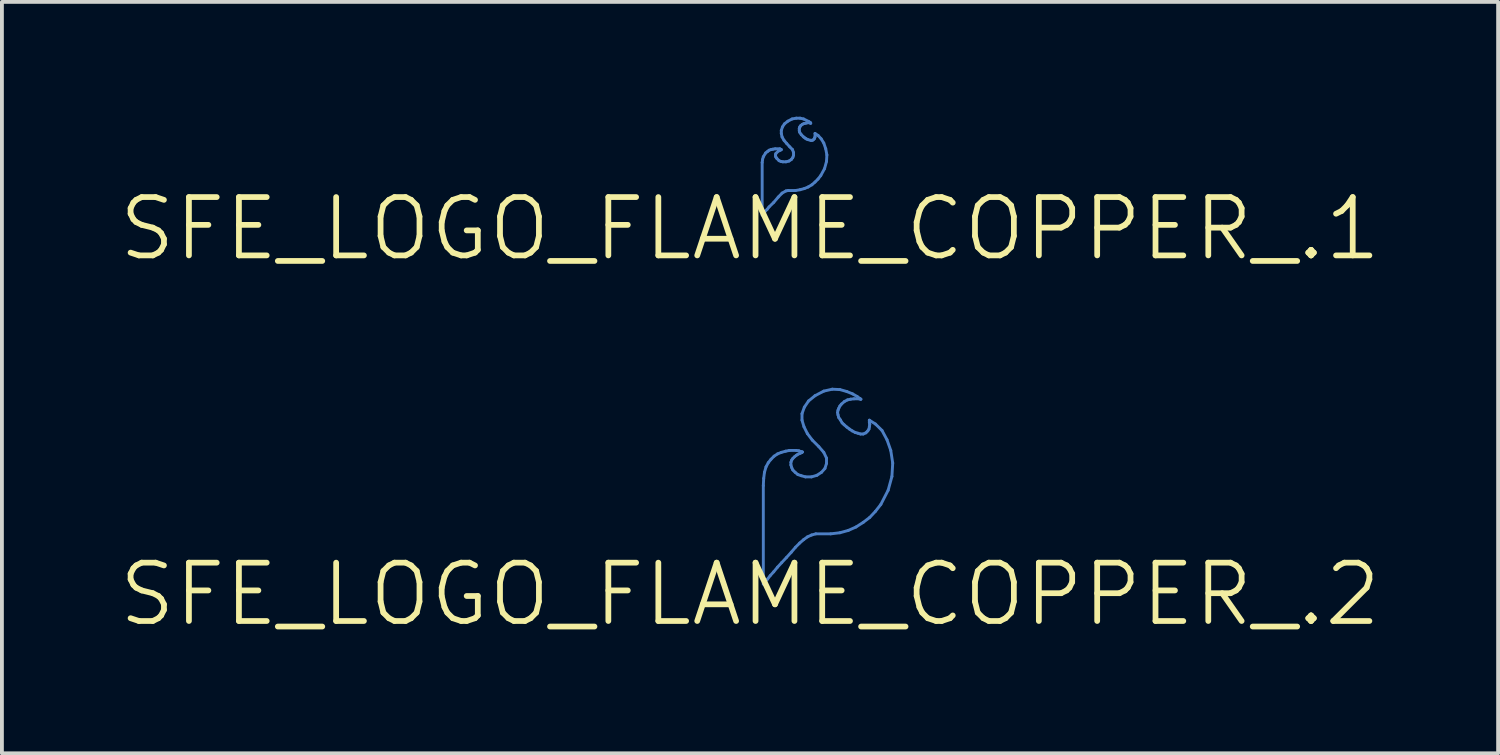
<source format=kicad_pcb>
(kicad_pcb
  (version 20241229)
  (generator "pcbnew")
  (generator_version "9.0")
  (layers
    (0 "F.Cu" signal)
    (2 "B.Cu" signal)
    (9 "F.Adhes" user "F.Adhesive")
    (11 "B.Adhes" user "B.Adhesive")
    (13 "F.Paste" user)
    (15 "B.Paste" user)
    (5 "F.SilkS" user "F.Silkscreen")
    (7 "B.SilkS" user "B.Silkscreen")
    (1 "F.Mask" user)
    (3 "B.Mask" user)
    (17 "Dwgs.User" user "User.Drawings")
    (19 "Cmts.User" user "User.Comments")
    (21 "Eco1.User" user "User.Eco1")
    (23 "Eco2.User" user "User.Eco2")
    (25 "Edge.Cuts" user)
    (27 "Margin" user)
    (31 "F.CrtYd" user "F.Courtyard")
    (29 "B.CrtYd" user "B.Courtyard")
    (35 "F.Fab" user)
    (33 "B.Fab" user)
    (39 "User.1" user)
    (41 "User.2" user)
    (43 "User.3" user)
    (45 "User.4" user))
  (footprint "SFE_LOGO_FLAME_COPPER_.1"
    (layer "F.Cu")
    (at 16.546 2.926)
    (property "Reference" "SFE_LOGO_FLAME_COPPER_.1" (at 0 0 0) (layer "F.SilkS") (effects (font (size 1.524 1.524) (thickness 0.15))))
    (attr exclude_from_pos_files exclude_from_bom)
    (fp_line (start 0.318 -1.73) (end 0.318 -0.358) (stroke (width 0.076) (type solid)) (layer "B.Cu"))
    (fp_line (start 0.318 -0.358) (end 0.368 -0.409) (stroke (width 0.076) (type solid)) (layer "B.Cu"))
    (fp_line (start 0.328 -1.808) (end 0.318 -1.73) (stroke (width 0.076) (type solid)) (layer "B.Cu"))
    (fp_line (start 0.348 -1.88) (end 0.328 -1.808) (stroke (width 0.076) (type solid)) (layer "B.Cu"))
    (fp_line (start 0.368 -0.409) (end 0.399 -0.46) (stroke (width 0.076) (type solid)) (layer "B.Cu"))
    (fp_line (start 0.399 -0.46) (end 0.45 -0.508) (stroke (width 0.076) (type solid)) (layer "B.Cu"))
    (fp_line (start 0.409 -1.979) (end 0.348 -1.88) (stroke (width 0.076) (type solid)) (layer "B.Cu"))
    (fp_line (start 0.45 -0.508) (end 0.498 -0.569) (stroke (width 0.076) (type solid)) (layer "B.Cu"))
    (fp_line (start 0.46 -2.019) (end 0.409 -1.979) (stroke (width 0.076) (type solid)) (layer "B.Cu"))
    (fp_line (start 0.498 -2.05) (end 0.46 -2.019) (stroke (width 0.076) (type solid)) (layer "B.Cu"))
    (fp_line (start 0.498 -0.569) (end 0.62 -0.688) (stroke (width 0.076) (type solid)) (layer "B.Cu"))
    (fp_line (start 0.549 -2.068) (end 0.498 -2.05) (stroke (width 0.076) (type solid)) (layer "B.Cu"))
    (fp_line (start 0.599 -2.078) (end 0.549 -2.068) (stroke (width 0.076) (type solid)) (layer "B.Cu"))
    (fp_line (start 0.62 -0.688) (end 0.739 -0.828) (stroke (width 0.076) (type solid)) (layer "B.Cu"))
    (fp_line (start 0.658 -2.088) (end 0.599 -2.078) (stroke (width 0.076) (type solid)) (layer "B.Cu"))
    (fp_line (start 0.668 -1.938) (end 0.678 -1.968) (stroke (width 0.076) (type solid)) (layer "B.Cu"))
    (fp_line (start 0.668 -1.9) (end 0.668 -1.938) (stroke (width 0.076) (type solid)) (layer "B.Cu"))
    (fp_line (start 0.678 -1.968) (end 0.739 -2.029) (stroke (width 0.076) (type solid)) (layer "B.Cu"))
    (fp_line (start 0.678 -1.869) (end 0.668 -1.9) (stroke (width 0.076) (type solid)) (layer "B.Cu"))
    (fp_line (start 0.699 -1.839) (end 0.678 -1.869) (stroke (width 0.076) (type solid)) (layer "B.Cu"))
    (fp_line (start 0.739 -2.029) (end 0.77 -2.04) (stroke (width 0.076) (type solid)) (layer "B.Cu"))
    (fp_line (start 0.739 -0.828) (end 0.838 -0.93) (stroke (width 0.076) (type solid)) (layer "B.Cu"))
    (fp_line (start 0.759 -1.778) (end 0.699 -1.839) (stroke (width 0.076) (type solid)) (layer "B.Cu"))
    (fp_line (start 0.77 -2.04) (end 0.808 -2.06) (stroke (width 0.076) (type solid)) (layer "B.Cu"))
    (fp_line (start 0.78 -2.088) (end 0.658 -2.088) (stroke (width 0.076) (type solid)) (layer "B.Cu"))
    (fp_line (start 0.808 -2.06) (end 0.818 -2.068) (stroke (width 0.076) (type solid)) (layer "B.Cu"))
    (fp_line (start 0.808 -1.758) (end 0.759 -1.778) (stroke (width 0.076) (type solid)) (layer "B.Cu"))
    (fp_line (start 0.818 -2.568) (end 0.818 -2.489) (stroke (width 0.076) (type solid)) (layer "B.Cu"))
    (fp_line (start 0.818 -2.489) (end 0.838 -2.398) (stroke (width 0.076) (type solid)) (layer "B.Cu"))
    (fp_line (start 0.818 -2.068) (end 0.78 -2.088) (stroke (width 0.076) (type solid)) (layer "B.Cu"))
    (fp_line (start 0.838 -2.398) (end 0.889 -2.309) (stroke (width 0.076) (type solid)) (layer "B.Cu"))
    (fp_line (start 0.838 -0.93) (end 0.94 -0.988) (stroke (width 0.076) (type solid)) (layer "B.Cu"))
    (fp_line (start 0.848 -2.659) (end 0.818 -2.568) (stroke (width 0.076) (type solid)) (layer "B.Cu"))
    (fp_line (start 0.859 -1.748) (end 0.808 -1.758) (stroke (width 0.076) (type solid)) (layer "B.Cu"))
    (fp_line (start 0.889 -2.309) (end 0.958 -2.228) (stroke (width 0.076) (type solid)) (layer "B.Cu"))
    (fp_line (start 0.899 -2.738) (end 0.848 -2.659) (stroke (width 0.076) (type solid)) (layer "B.Cu"))
    (fp_line (start 0.94 -1.748) (end 0.859 -1.748) (stroke (width 0.076) (type solid)) (layer "B.Cu"))
    (fp_line (start 0.94 -0.988) (end 0.998 -0.998) (stroke (width 0.076) (type solid)) (layer "B.Cu"))
    (fp_line (start 0.958 -2.228) (end 1.039 -2.139) (stroke (width 0.076) (type solid)) (layer "B.Cu"))
    (fp_line (start 0.988 -2.809) (end 0.899 -2.738) (stroke (width 0.076) (type solid)) (layer "B.Cu"))
    (fp_line (start 0.998 -0.998) (end 1.189 -0.998) (stroke (width 0.076) (type solid)) (layer "B.Cu"))
    (fp_line (start 1.019 -1.768) (end 0.94 -1.748) (stroke (width 0.076) (type solid)) (layer "B.Cu"))
    (fp_line (start 1.039 -2.139) (end 1.11 -2.068) (stroke (width 0.076) (type solid)) (layer "B.Cu"))
    (fp_line (start 1.079 -1.808) (end 1.019 -1.768) (stroke (width 0.076) (type solid)) (layer "B.Cu"))
    (fp_line (start 1.1 -2.868) (end 0.988 -2.809) (stroke (width 0.076) (type solid)) (layer "B.Cu"))
    (fp_line (start 1.11 -2.068) (end 1.138 -1.989) (stroke (width 0.076) (type solid)) (layer "B.Cu"))
    (fp_line (start 1.118 -1.859) (end 1.079 -1.808) (stroke (width 0.076) (type solid)) (layer "B.Cu"))
    (fp_line (start 1.138 -1.989) (end 1.138 -1.918) (stroke (width 0.076) (type solid)) (layer "B.Cu"))
    (fp_line (start 1.138 -1.918) (end 1.118 -1.859) (stroke (width 0.076) (type solid)) (layer "B.Cu"))
    (fp_line (start 1.189 -0.998) (end 1.308 -1.019) (stroke (width 0.076) (type solid)) (layer "B.Cu"))
    (fp_line (start 1.209 -2.888) (end 1.1 -2.868) (stroke (width 0.076) (type solid)) (layer "B.Cu"))
    (fp_line (start 1.288 -2.619) (end 1.298 -2.649) (stroke (width 0.076) (type solid)) (layer "B.Cu"))
    (fp_line (start 1.288 -2.558) (end 1.288 -2.619) (stroke (width 0.076) (type solid)) (layer "B.Cu"))
    (fp_line (start 1.298 -2.649) (end 1.308 -2.67) (stroke (width 0.076) (type solid)) (layer "B.Cu"))
    (fp_line (start 1.298 -2.52) (end 1.288 -2.558) (stroke (width 0.076) (type solid)) (layer "B.Cu"))
    (fp_line (start 1.308 -2.888) (end 1.209 -2.888) (stroke (width 0.076) (type solid)) (layer "B.Cu"))
    (fp_line (start 1.308 -2.67) (end 1.328 -2.697) (stroke (width 0.076) (type solid)) (layer "B.Cu"))
    (fp_line (start 1.308 -1.019) (end 1.42 -1.049) (stroke (width 0.076) (type solid)) (layer "B.Cu"))
    (fp_line (start 1.328 -2.697) (end 1.369 -2.728) (stroke (width 0.076) (type solid)) (layer "B.Cu"))
    (fp_line (start 1.339 -2.459) (end 1.298 -2.52) (stroke (width 0.076) (type solid)) (layer "B.Cu"))
    (fp_line (start 1.369 -2.728) (end 1.41 -2.748) (stroke (width 0.076) (type solid)) (layer "B.Cu"))
    (fp_line (start 1.4 -2.868) (end 1.308 -2.888) (stroke (width 0.076) (type solid)) (layer "B.Cu"))
    (fp_line (start 1.4 -2.398) (end 1.339 -2.459) (stroke (width 0.076) (type solid)) (layer "B.Cu"))
    (fp_line (start 1.41 -2.748) (end 1.458 -2.758) (stroke (width 0.076) (type solid)) (layer "B.Cu"))
    (fp_line (start 1.42 -1.049) (end 1.519 -1.09) (stroke (width 0.076) (type solid)) (layer "B.Cu"))
    (fp_line (start 1.438 -2.37) (end 1.4 -2.398) (stroke (width 0.076) (type solid)) (layer "B.Cu"))
    (fp_line (start 1.458 -2.758) (end 1.499 -2.769) (stroke (width 0.076) (type solid)) (layer "B.Cu"))
    (fp_line (start 1.468 -2.349) (end 1.438 -2.37) (stroke (width 0.076) (type solid)) (layer "B.Cu"))
    (fp_line (start 1.499 -2.769) (end 1.56 -2.769) (stroke (width 0.076) (type solid)) (layer "B.Cu"))
    (fp_line (start 1.509 -2.329) (end 1.468 -2.349) (stroke (width 0.076) (type solid)) (layer "B.Cu"))
    (fp_line (start 1.519 -1.09) (end 1.618 -1.148) (stroke (width 0.076) (type solid)) (layer "B.Cu"))
    (fp_line (start 1.539 -2.799) (end 1.4 -2.868) (stroke (width 0.076) (type solid)) (layer "B.Cu"))
    (fp_line (start 1.56 -2.769) (end 1.58 -2.758) (stroke (width 0.076) (type solid)) (layer "B.Cu"))
    (fp_line (start 1.58 -2.769) (end 1.539 -2.799) (stroke (width 0.076) (type solid)) (layer "B.Cu"))
    (fp_line (start 1.58 -2.758) (end 1.587 -2.758) (stroke (width 0.076) (type solid)) (layer "B.Cu"))
    (fp_line (start 1.587 -2.758) (end 1.58 -2.769) (stroke (width 0.076) (type solid)) (layer "B.Cu"))
    (fp_line (start 1.587 -2.309) (end 1.509 -2.329) (stroke (width 0.076) (type solid)) (layer "B.Cu"))
    (fp_line (start 1.618 -2.309) (end 1.587 -2.309) (stroke (width 0.076) (type solid)) (layer "B.Cu"))
    (fp_line (start 1.618 -1.148) (end 1.699 -1.219) (stroke (width 0.076) (type solid)) (layer "B.Cu"))
    (fp_line (start 1.648 -2.319) (end 1.618 -2.309) (stroke (width 0.076) (type solid)) (layer "B.Cu"))
    (fp_line (start 1.679 -2.349) (end 1.648 -2.319) (stroke (width 0.076) (type solid)) (layer "B.Cu"))
    (fp_line (start 1.689 -2.37) (end 1.679 -2.349) (stroke (width 0.076) (type solid)) (layer "B.Cu"))
    (fp_line (start 1.699 -2.489) (end 1.699 -2.398) (stroke (width 0.076) (type solid)) (layer "B.Cu"))
    (fp_line (start 1.699 -2.398) (end 1.689 -2.37) (stroke (width 0.076) (type solid)) (layer "B.Cu"))
    (fp_line (start 1.699 -1.219) (end 1.778 -1.298) (stroke (width 0.076) (type solid)) (layer "B.Cu"))
    (fp_line (start 1.778 -2.438) (end 1.699 -2.489) (stroke (width 0.076) (type solid)) (layer "B.Cu"))
    (fp_line (start 1.778 -1.298) (end 1.849 -1.389) (stroke (width 0.076) (type solid)) (layer "B.Cu"))
    (fp_line (start 1.849 -1.389) (end 1.948 -1.57) (stroke (width 0.076) (type solid)) (layer "B.Cu"))
    (fp_line (start 1.859 -2.349) (end 1.778 -2.438) (stroke (width 0.076) (type solid)) (layer "B.Cu"))
    (fp_line (start 1.928 -2.238) (end 1.859 -2.349) (stroke (width 0.076) (type solid)) (layer "B.Cu"))
    (fp_line (start 1.948 -1.57) (end 1.999 -1.758) (stroke (width 0.076) (type solid)) (layer "B.Cu"))
    (fp_line (start 1.979 -2.088) (end 1.928 -2.238) (stroke (width 0.076) (type solid)) (layer "B.Cu"))
    (fp_line (start 1.999 -1.758) (end 2.009 -1.928) (stroke (width 0.076) (type solid)) (layer "B.Cu"))
    (fp_line (start 2.009 -1.928) (end 1.979 -2.088) (stroke (width 0.076) (type solid)) (layer "B.Cu")))
  (footprint "SFE_LOGO_FLAME_COPPER_.2"
    (layer "F.Cu")
    (at 16.546 12.478)
    (property "Reference" "SFE_LOGO_FLAME_COPPER_.2" (at 0 0 0) (layer "F.SilkS") (effects (font (size 1.524 1.524) (thickness 0.15))))
    (attr exclude_from_pos_files exclude_from_bom)
    (fp_line (start 0.348 -2.84) (end 0.348 -0.269) (stroke (width 0.076) (type solid)) (layer "B.Cu"))
    (fp_line (start 0.348 -0.269) (end 0.358 -0.29) (stroke (width 0.076) (type solid)) (layer "B.Cu"))
    (fp_line (start 0.358 -3.028) (end 0.348 -2.84) (stroke (width 0.076) (type solid)) (layer "B.Cu"))
    (fp_line (start 0.358 -0.29) (end 0.399 -0.328) (stroke (width 0.076) (type solid)) (layer "B.Cu"))
    (fp_line (start 0.378 -3.188) (end 0.358 -3.028) (stroke (width 0.076) (type solid)) (layer "B.Cu"))
    (fp_line (start 0.399 -0.328) (end 0.46 -0.399) (stroke (width 0.076) (type solid)) (layer "B.Cu"))
    (fp_line (start 0.419 -3.33) (end 0.378 -3.188) (stroke (width 0.076) (type solid)) (layer "B.Cu"))
    (fp_line (start 0.46 -0.399) (end 0.528 -0.488) (stroke (width 0.076) (type solid)) (layer "B.Cu"))
    (fp_line (start 0.478 -3.439) (end 0.419 -3.33) (stroke (width 0.076) (type solid)) (layer "B.Cu"))
    (fp_line (start 0.528 -0.488) (end 0.62 -0.589) (stroke (width 0.076) (type solid)) (layer "B.Cu"))
    (fp_line (start 0.549 -3.528) (end 0.478 -3.439) (stroke (width 0.076) (type solid)) (layer "B.Cu"))
    (fp_line (start 0.62 -0.589) (end 0.719 -0.709) (stroke (width 0.076) (type solid)) (layer "B.Cu"))
    (fp_line (start 0.63 -3.609) (end 0.549 -3.528) (stroke (width 0.076) (type solid)) (layer "B.Cu"))
    (fp_line (start 0.719 -3.668) (end 0.63 -3.609) (stroke (width 0.076) (type solid)) (layer "B.Cu"))
    (fp_line (start 0.719 -0.709) (end 0.828 -0.828) (stroke (width 0.076) (type solid)) (layer "B.Cu"))
    (fp_line (start 0.818 -3.708) (end 0.719 -3.668) (stroke (width 0.076) (type solid)) (layer "B.Cu"))
    (fp_line (start 0.828 -0.828) (end 0.95 -0.958) (stroke (width 0.076) (type solid)) (layer "B.Cu"))
    (fp_line (start 0.93 -3.739) (end 0.818 -3.708) (stroke (width 0.076) (type solid)) (layer "B.Cu"))
    (fp_line (start 0.95 -0.958) (end 1.079 -1.1) (stroke (width 0.076) (type solid)) (layer "B.Cu"))
    (fp_line (start 1.029 -3.759) (end 0.93 -3.739) (stroke (width 0.076) (type solid)) (layer "B.Cu"))
    (fp_line (start 1.069 -3.449) (end 1.09 -3.508) (stroke (width 0.076) (type solid)) (layer "B.Cu"))
    (fp_line (start 1.069 -3.378) (end 1.069 -3.449) (stroke (width 0.076) (type solid)) (layer "B.Cu"))
    (fp_line (start 1.079 -1.1) (end 1.189 -1.229) (stroke (width 0.076) (type solid)) (layer "B.Cu"))
    (fp_line (start 1.09 -3.508) (end 1.118 -3.548) (stroke (width 0.076) (type solid)) (layer "B.Cu"))
    (fp_line (start 1.09 -3.31) (end 1.069 -3.378) (stroke (width 0.076) (type solid)) (layer "B.Cu"))
    (fp_line (start 1.118 -3.548) (end 1.158 -3.589) (stroke (width 0.076) (type solid)) (layer "B.Cu"))
    (fp_line (start 1.118 -3.249) (end 1.09 -3.31) (stroke (width 0.076) (type solid)) (layer "B.Cu"))
    (fp_line (start 1.158 -3.589) (end 1.209 -3.63) (stroke (width 0.076) (type solid)) (layer "B.Cu"))
    (fp_line (start 1.179 -3.188) (end 1.118 -3.249) (stroke (width 0.076) (type solid)) (layer "B.Cu"))
    (fp_line (start 1.189 -1.229) (end 1.298 -1.339) (stroke (width 0.076) (type solid)) (layer "B.Cu"))
    (fp_line (start 1.209 -3.759) (end 1.029 -3.759) (stroke (width 0.076) (type solid)) (layer "B.Cu"))
    (fp_line (start 1.209 -3.63) (end 1.25 -3.658) (stroke (width 0.076) (type solid)) (layer "B.Cu"))
    (fp_line (start 1.25 -3.658) (end 1.298 -3.678) (stroke (width 0.076) (type solid)) (layer "B.Cu"))
    (fp_line (start 1.25 -3.129) (end 1.179 -3.188) (stroke (width 0.076) (type solid)) (layer "B.Cu"))
    (fp_line (start 1.278 -3.749) (end 1.209 -3.759) (stroke (width 0.076) (type solid)) (layer "B.Cu"))
    (fp_line (start 1.298 -3.678) (end 1.339 -3.698) (stroke (width 0.076) (type solid)) (layer "B.Cu"))
    (fp_line (start 1.298 -1.339) (end 1.4 -1.427) (stroke (width 0.076) (type solid)) (layer "B.Cu"))
    (fp_line (start 1.328 -3.729) (end 1.278 -3.749) (stroke (width 0.076) (type solid)) (layer "B.Cu"))
    (fp_line (start 1.339 -3.698) (end 1.359 -3.708) (stroke (width 0.076) (type solid)) (layer "B.Cu"))
    (fp_line (start 1.339 -3.099) (end 1.25 -3.129) (stroke (width 0.076) (type solid)) (layer "B.Cu"))
    (fp_line (start 1.359 -4.719) (end 1.359 -4.549) (stroke (width 0.076) (type solid)) (layer "B.Cu"))
    (fp_line (start 1.359 -4.549) (end 1.41 -4.379) (stroke (width 0.076) (type solid)) (layer "B.Cu"))
    (fp_line (start 1.359 -3.719) (end 1.328 -3.729) (stroke (width 0.076) (type solid)) (layer "B.Cu"))
    (fp_line (start 1.359 -3.708) (end 1.369 -3.719) (stroke (width 0.076) (type solid)) (layer "B.Cu"))
    (fp_line (start 1.369 -3.719) (end 1.359 -3.719) (stroke (width 0.076) (type solid)) (layer "B.Cu"))
    (fp_line (start 1.4 -1.427) (end 1.499 -1.499) (stroke (width 0.076) (type solid)) (layer "B.Cu"))
    (fp_line (start 1.41 -4.379) (end 1.499 -4.199) (stroke (width 0.076) (type solid)) (layer "B.Cu"))
    (fp_line (start 1.42 -4.889) (end 1.359 -4.719) (stroke (width 0.076) (type solid)) (layer "B.Cu"))
    (fp_line (start 1.448 -3.068) (end 1.339 -3.099) (stroke (width 0.076) (type solid)) (layer "B.Cu"))
    (fp_line (start 1.499 -4.199) (end 1.628 -4.028) (stroke (width 0.076) (type solid)) (layer "B.Cu"))
    (fp_line (start 1.499 -1.499) (end 1.608 -1.549) (stroke (width 0.076) (type solid)) (layer "B.Cu"))
    (fp_line (start 1.529 -5.05) (end 1.42 -4.889) (stroke (width 0.076) (type solid)) (layer "B.Cu"))
    (fp_line (start 1.608 -3.068) (end 1.448 -3.068) (stroke (width 0.076) (type solid)) (layer "B.Cu"))
    (fp_line (start 1.608 -1.549) (end 1.72 -1.58) (stroke (width 0.076) (type solid)) (layer "B.Cu"))
    (fp_line (start 1.628 -4.028) (end 1.798 -3.858) (stroke (width 0.076) (type solid)) (layer "B.Cu"))
    (fp_line (start 1.699 -5.189) (end 1.529 -5.05) (stroke (width 0.076) (type solid)) (layer "B.Cu"))
    (fp_line (start 1.72 -1.58) (end 2.108 -1.58) (stroke (width 0.076) (type solid)) (layer "B.Cu"))
    (fp_line (start 1.748 -3.109) (end 1.608 -3.068) (stroke (width 0.076) (type solid)) (layer "B.Cu"))
    (fp_line (start 1.798 -3.858) (end 1.928 -3.708) (stroke (width 0.076) (type solid)) (layer "B.Cu"))
    (fp_line (start 1.869 -3.188) (end 1.748 -3.109) (stroke (width 0.076) (type solid)) (layer "B.Cu"))
    (fp_line (start 1.928 -5.309) (end 1.699 -5.189) (stroke (width 0.076) (type solid)) (layer "B.Cu"))
    (fp_line (start 1.928 -3.708) (end 1.999 -3.559) (stroke (width 0.076) (type solid)) (layer "B.Cu"))
    (fp_line (start 1.958 -3.289) (end 1.869 -3.188) (stroke (width 0.076) (type solid)) (layer "B.Cu"))
    (fp_line (start 1.999 -3.559) (end 1.999 -3.419) (stroke (width 0.076) (type solid)) (layer "B.Cu"))
    (fp_line (start 1.999 -3.419) (end 1.958 -3.289) (stroke (width 0.076) (type solid)) (layer "B.Cu"))
    (fp_line (start 2.108 -1.58) (end 2.349 -1.608) (stroke (width 0.076) (type solid)) (layer "B.Cu"))
    (fp_line (start 2.149 -5.359) (end 1.928 -5.309) (stroke (width 0.076) (type solid)) (layer "B.Cu"))
    (fp_line (start 2.289 -4.75) (end 2.299 -4.808) (stroke (width 0.076) (type solid)) (layer "B.Cu"))
    (fp_line (start 2.299 -4.808) (end 2.319 -4.859) (stroke (width 0.076) (type solid)) (layer "B.Cu"))
    (fp_line (start 2.299 -4.689) (end 2.289 -4.75) (stroke (width 0.076) (type solid)) (layer "B.Cu"))
    (fp_line (start 2.319 -4.859) (end 2.349 -4.92) (stroke (width 0.076) (type solid)) (layer "B.Cu"))
    (fp_line (start 2.319 -4.618) (end 2.299 -4.689) (stroke (width 0.076) (type solid)) (layer "B.Cu"))
    (fp_line (start 2.349 -5.349) (end 2.149 -5.359) (stroke (width 0.076) (type solid)) (layer "B.Cu"))
    (fp_line (start 2.349 -4.92) (end 2.388 -4.968) (stroke (width 0.076) (type solid)) (layer "B.Cu"))
    (fp_line (start 2.349 -1.608) (end 2.568 -1.669) (stroke (width 0.076) (type solid)) (layer "B.Cu"))
    (fp_line (start 2.36 -4.559) (end 2.319 -4.618) (stroke (width 0.076) (type solid)) (layer "B.Cu"))
    (fp_line (start 2.388 -4.968) (end 2.469 -5.039) (stroke (width 0.076) (type solid)) (layer "B.Cu"))
    (fp_line (start 2.408 -4.478) (end 2.36 -4.559) (stroke (width 0.076) (type solid)) (layer "B.Cu"))
    (fp_line (start 2.459 -4.43) (end 2.408 -4.478) (stroke (width 0.076) (type solid)) (layer "B.Cu"))
    (fp_line (start 2.469 -5.039) (end 2.548 -5.08) (stroke (width 0.076) (type solid)) (layer "B.Cu"))
    (fp_line (start 2.53 -5.298) (end 2.349 -5.349) (stroke (width 0.076) (type solid)) (layer "B.Cu"))
    (fp_line (start 2.53 -4.369) (end 2.459 -4.43) (stroke (width 0.076) (type solid)) (layer "B.Cu"))
    (fp_line (start 2.548 -5.08) (end 2.629 -5.098) (stroke (width 0.076) (type solid)) (layer "B.Cu"))
    (fp_line (start 2.568 -1.669) (end 2.769 -1.758) (stroke (width 0.076) (type solid)) (layer "B.Cu"))
    (fp_line (start 2.598 -4.318) (end 2.53 -4.369) (stroke (width 0.076) (type solid)) (layer "B.Cu"))
    (fp_line (start 2.629 -5.098) (end 2.718 -5.108) (stroke (width 0.076) (type solid)) (layer "B.Cu"))
    (fp_line (start 2.67 -4.27) (end 2.598 -4.318) (stroke (width 0.076) (type solid)) (layer "B.Cu"))
    (fp_line (start 2.68 -5.237) (end 2.53 -5.298) (stroke (width 0.076) (type solid)) (layer "B.Cu"))
    (fp_line (start 2.718 -5.108) (end 2.85 -5.108) (stroke (width 0.076) (type solid)) (layer "B.Cu"))
    (fp_line (start 2.748 -4.229) (end 2.67 -4.27) (stroke (width 0.076) (type solid)) (layer "B.Cu"))
    (fp_line (start 2.769 -1.758) (end 2.959 -1.88) (stroke (width 0.076) (type solid)) (layer "B.Cu"))
    (fp_line (start 2.799 -5.169) (end 2.68 -5.237) (stroke (width 0.076) (type solid)) (layer "B.Cu"))
    (fp_line (start 2.819 -4.209) (end 2.748 -4.229) (stroke (width 0.076) (type solid)) (layer "B.Cu"))
    (fp_line (start 2.85 -5.108) (end 2.888 -5.098) (stroke (width 0.076) (type solid)) (layer "B.Cu"))
    (fp_line (start 2.868 -5.118) (end 2.799 -5.169) (stroke (width 0.076) (type solid)) (layer "B.Cu"))
    (fp_line (start 2.888 -5.098) (end 2.898 -5.098) (stroke (width 0.076) (type solid)) (layer "B.Cu"))
    (fp_line (start 2.888 -4.188) (end 2.819 -4.209) (stroke (width 0.076) (type solid)) (layer "B.Cu"))
    (fp_line (start 2.898 -5.098) (end 2.868 -5.118) (stroke (width 0.076) (type solid)) (layer "B.Cu"))
    (fp_line (start 2.959 -4.188) (end 2.888 -4.188) (stroke (width 0.076) (type solid)) (layer "B.Cu"))
    (fp_line (start 2.959 -1.88) (end 3.129 -2.009) (stroke (width 0.076) (type solid)) (layer "B.Cu"))
    (fp_line (start 3.028 -4.219) (end 2.959 -4.188) (stroke (width 0.076) (type solid)) (layer "B.Cu"))
    (fp_line (start 3.078 -4.27) (end 3.028 -4.219) (stroke (width 0.076) (type solid)) (layer "B.Cu"))
    (fp_line (start 3.109 -4.318) (end 3.078 -4.27) (stroke (width 0.076) (type solid)) (layer "B.Cu"))
    (fp_line (start 3.119 -4.549) (end 3.119 -4.539) (stroke (width 0.076) (type solid)) (layer "B.Cu"))
    (fp_line (start 3.119 -4.539) (end 3.119 -4.488) (stroke (width 0.076) (type solid)) (layer "B.Cu"))
    (fp_line (start 3.119 -4.488) (end 3.129 -4.44) (stroke (width 0.076) (type solid)) (layer "B.Cu"))
    (fp_line (start 3.119 -4.379) (end 3.109 -4.318) (stroke (width 0.076) (type solid)) (layer "B.Cu"))
    (fp_line (start 3.129 -4.44) (end 3.119 -4.379) (stroke (width 0.076) (type solid)) (layer "B.Cu"))
    (fp_line (start 3.129 -2.009) (end 3.279 -2.169) (stroke (width 0.076) (type solid)) (layer "B.Cu"))
    (fp_line (start 3.279 -4.448) (end 3.119 -4.549) (stroke (width 0.076) (type solid)) (layer "B.Cu"))
    (fp_line (start 3.279 -2.169) (end 3.419 -2.349) (stroke (width 0.076) (type solid)) (layer "B.Cu"))
    (fp_line (start 3.419 -2.349) (end 3.609 -2.718) (stroke (width 0.076) (type solid)) (layer "B.Cu"))
    (fp_line (start 3.449 -4.28) (end 3.279 -4.448) (stroke (width 0.076) (type solid)) (layer "B.Cu"))
    (fp_line (start 3.579 -4.039) (end 3.449 -4.28) (stroke (width 0.076) (type solid)) (layer "B.Cu"))
    (fp_line (start 3.609 -2.718) (end 3.708 -3.078) (stroke (width 0.076) (type solid)) (layer "B.Cu"))
    (fp_line (start 3.678 -3.759) (end 3.579 -4.039) (stroke (width 0.076) (type solid)) (layer "B.Cu"))
    (fp_line (start 3.708 -3.078) (end 3.729 -3.429) (stroke (width 0.076) (type solid)) (layer "B.Cu"))
    (fp_line (start 3.729 -3.429) (end 3.678 -3.759) (stroke (width 0.076) (type solid)) (layer "B.Cu")))
  (gr_rect
    (start -3 -3)
    (end 36.093 16.633)
    (stroke (width 0.1) (type default))
    (fill no)
    (layer "Edge.Cuts")))
</source>
